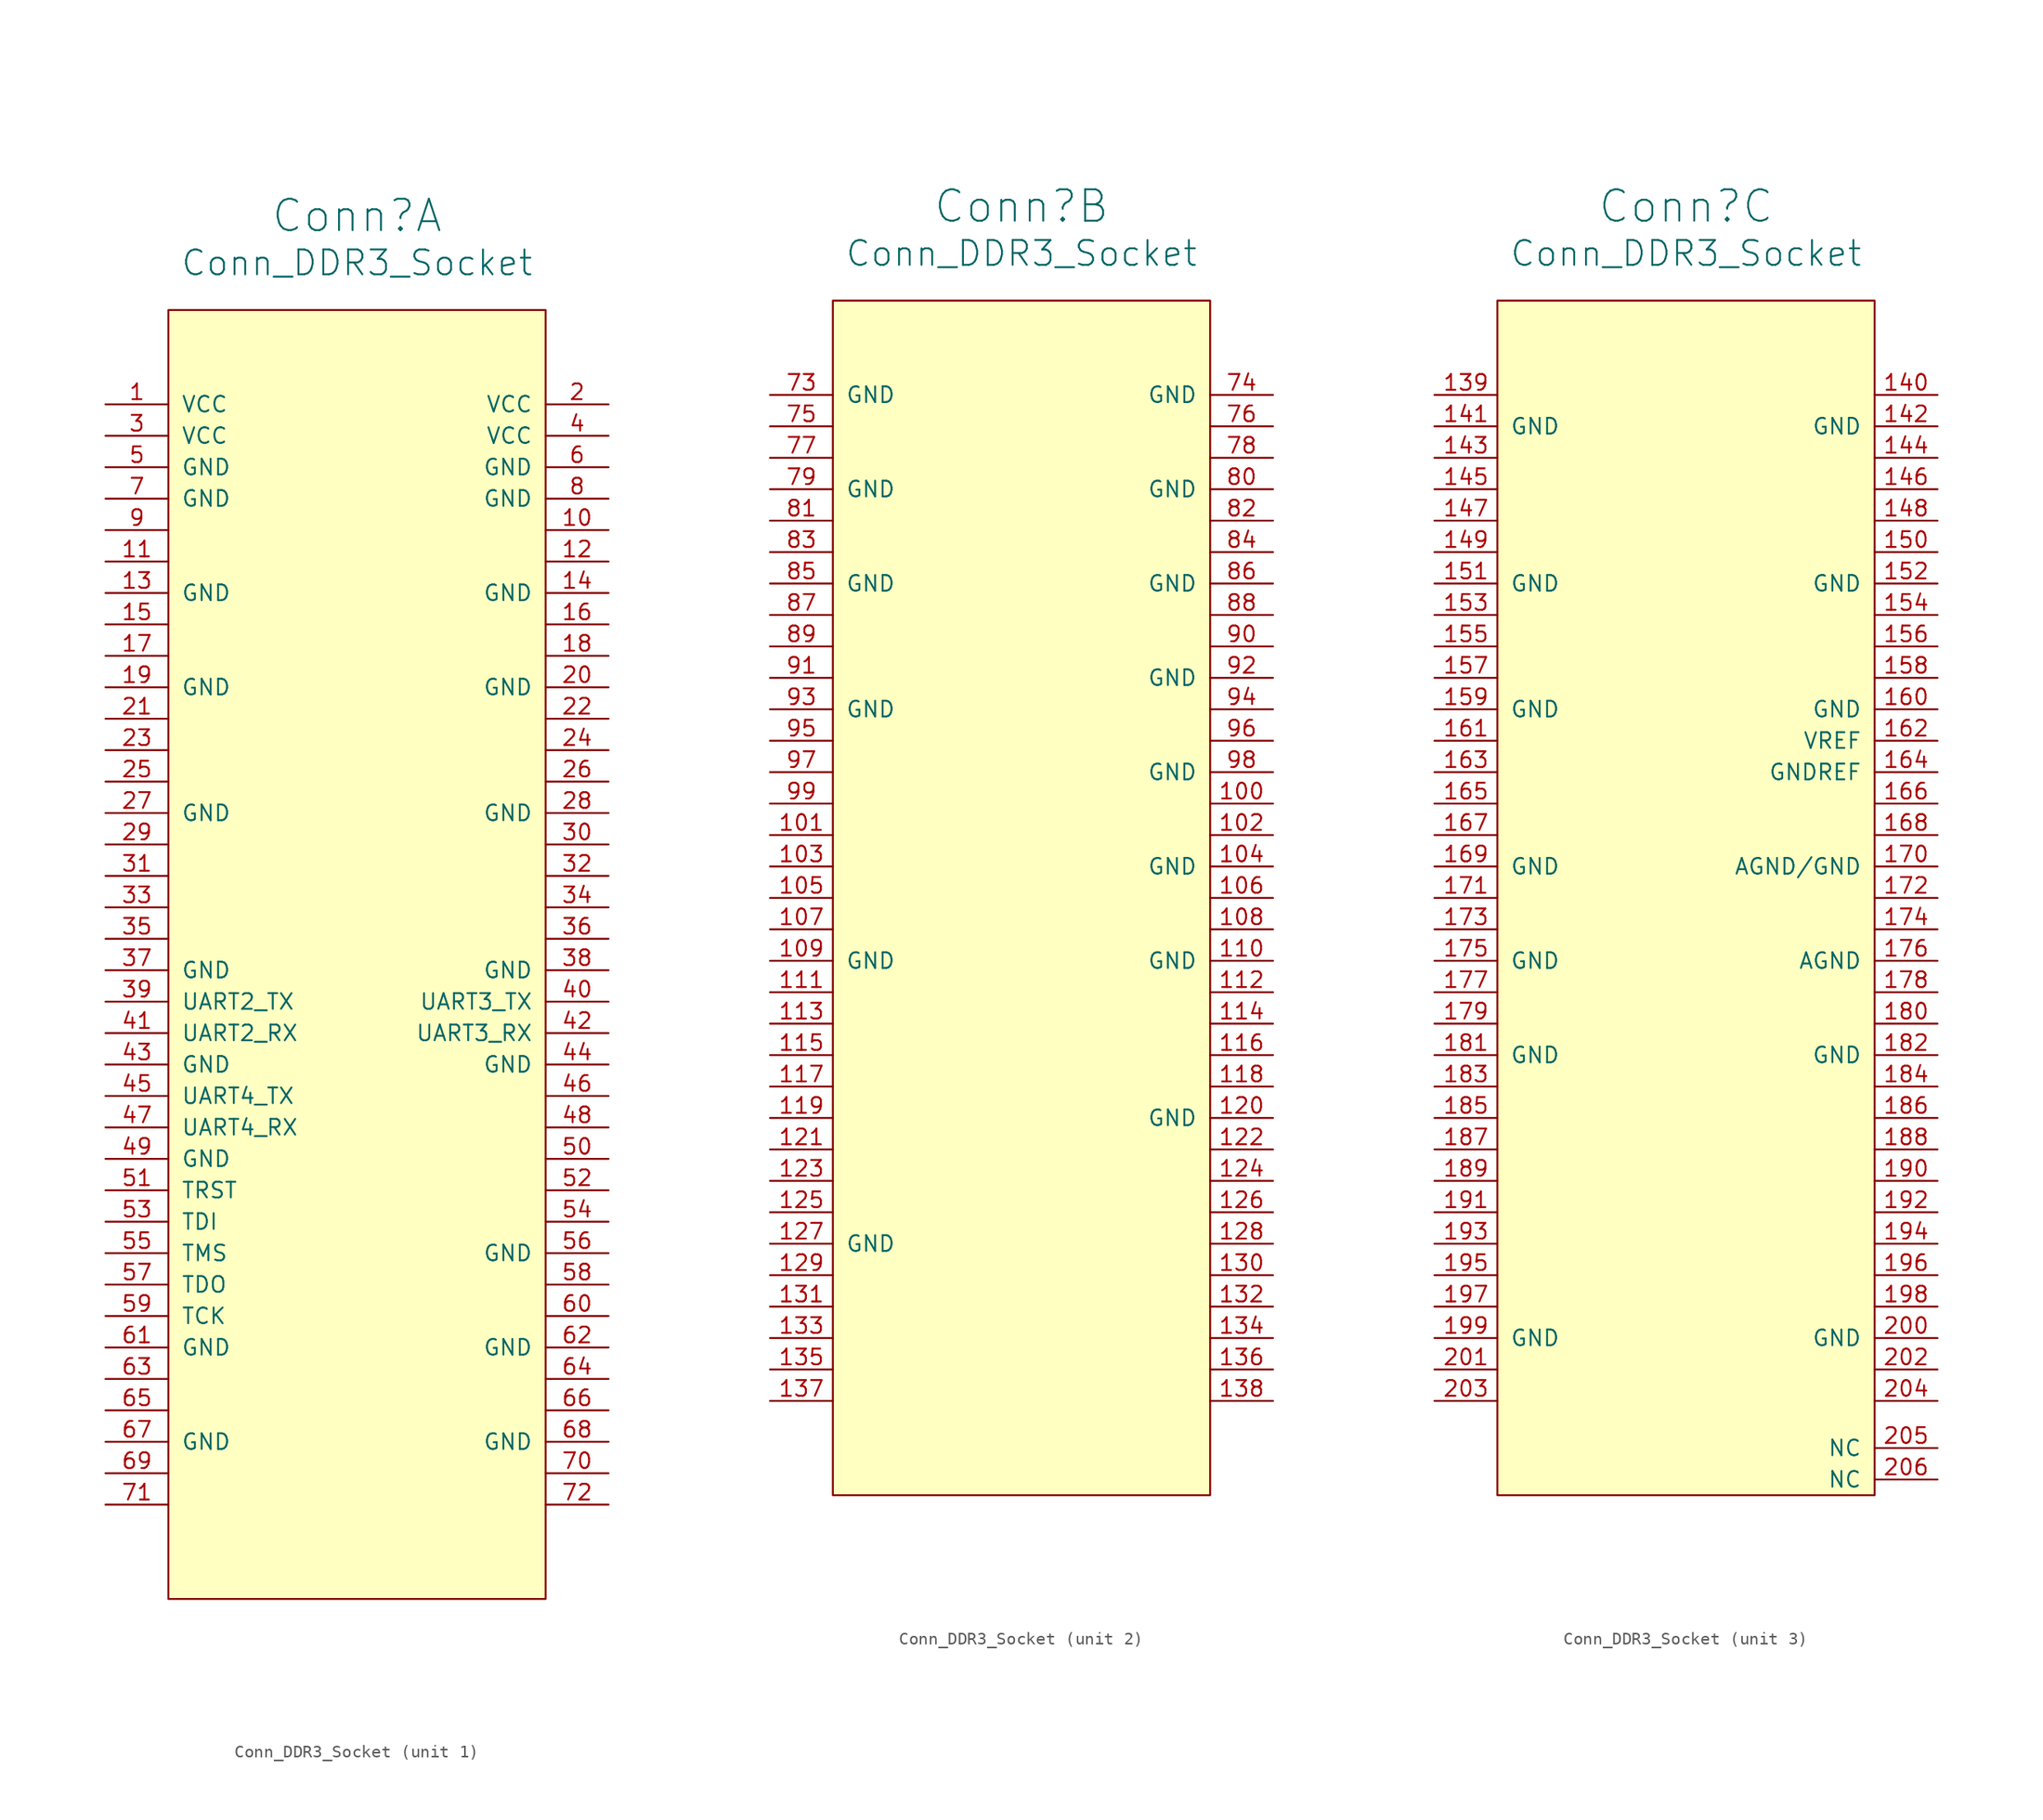
<source format=kicad_sym>
(kicad_symbol_lib
  (version 20211014)
  (generator kicad_symbol_editor)
  (symbol "Conn_DDR3_Socket"
    (pin_names
      (offset 1.016))
    (property "Reference" "Conn"
      (at 0 0 0)
      (effects (font (size 2.54 2.54))))
    (property "Value" "Conn_DDR3_Socket"
      (at 0 -3.81 0)
      (effects (font (size 2.007 2.007))))
    (property "ki_locked" ""
      (at 0 0 0)
      (effects (font (size 1.27 1.27))))
    (symbol "Conn_DDR3_Socket_1_1"
      (rectangle (start -15.24 -7.62) (end 15.24 -111.76) (stroke (width 0) (type default) (color 0 0 0 0)) (fill (type background)))
      (pin input line (at -20.32 -15.24 0) (length 5.08) (name "VCC" (effects (font (size 1.27 1.27)))) (number "1" (effects (font (size 1.27 1.27)))))
      (pin input line (at 20.32 -25.4 180) (length 5.08) (name "~" (effects (font (size 1.27 1.27)))) (number "10" (effects (font (size 1.27 1.27)))))
      (pin input line (at -20.32 -27.94 0) (length 5.08) (name "~" (effects (font (size 1.27 1.27)))) (number "11" (effects (font (size 1.27 1.27)))))
      (pin input line (at 20.32 -27.94 180) (length 5.08) (name "~" (effects (font (size 1.27 1.27)))) (number "12" (effects (font (size 1.27 1.27)))))
      (pin input line (at -20.32 -30.48 0) (length 5.08) (name "GND" (effects (font (size 1.27 1.27)))) (number "13" (effects (font (size 1.27 1.27)))))
      (pin input line (at 20.32 -30.48 180) (length 5.08) (name "GND" (effects (font (size 1.27 1.27)))) (number "14" (effects (font (size 1.27 1.27)))))
      (pin input line (at -20.32 -33.02 0) (length 5.08) (name "~" (effects (font (size 1.27 1.27)))) (number "15" (effects (font (size 1.27 1.27)))))
      (pin input line (at 20.32 -33.02 180) (length 5.08) (name "~" (effects (font (size 1.27 1.27)))) (number "16" (effects (font (size 1.27 1.27)))))
      (pin input line (at -20.32 -35.56 0) (length 5.08) (name "~" (effects (font (size 1.27 1.27)))) (number "17" (effects (font (size 1.27 1.27)))))
      (pin input line (at 20.32 -35.56 180) (length 5.08) (name "~" (effects (font (size 1.27 1.27)))) (number "18" (effects (font (size 1.27 1.27)))))
      (pin input line (at -20.32 -38.1 0) (length 5.08) (name "GND" (effects (font (size 1.27 1.27)))) (number "19" (effects (font (size 1.27 1.27)))))
      (pin input line (at 20.32 -15.24 180) (length 5.08) (name "VCC" (effects (font (size 1.27 1.27)))) (number "2" (effects (font (size 1.27 1.27)))))
      (pin input line (at 20.32 -38.1 180) (length 5.08) (name "GND" (effects (font (size 1.27 1.27)))) (number "20" (effects (font (size 1.27 1.27)))))
      (pin input line (at -20.32 -40.64 0) (length 5.08) (name "~" (effects (font (size 1.27 1.27)))) (number "21" (effects (font (size 1.27 1.27)))))
      (pin input line (at 20.32 -40.64 180) (length 5.08) (name "~" (effects (font (size 1.27 1.27)))) (number "22" (effects (font (size 1.27 1.27)))))
      (pin input line (at -20.32 -43.18 0) (length 5.08) (name "~" (effects (font (size 1.27 1.27)))) (number "23" (effects (font (size 1.27 1.27)))))
      (pin input line (at 20.32 -43.18 180) (length 5.08) (name "~" (effects (font (size 1.27 1.27)))) (number "24" (effects (font (size 1.27 1.27)))))
      (pin input line (at -20.32 -45.72 0) (length 5.08) (name "~" (effects (font (size 1.27 1.27)))) (number "25" (effects (font (size 1.27 1.27)))))
      (pin input line (at 20.32 -45.72 180) (length 5.08) (name "~" (effects (font (size 1.27 1.27)))) (number "26" (effects (font (size 1.27 1.27)))))
      (pin input line (at -20.32 -48.26 0) (length 5.08) (name "GND" (effects (font (size 1.27 1.27)))) (number "27" (effects (font (size 1.27 1.27)))))
      (pin input line (at 20.32 -48.26 180) (length 5.08) (name "GND" (effects (font (size 1.27 1.27)))) (number "28" (effects (font (size 1.27 1.27)))))
      (pin input line (at -20.32 -50.8 0) (length 5.08) (name "~" (effects (font (size 1.27 1.27)))) (number "29" (effects (font (size 1.27 1.27)))))
      (pin input line (at -20.32 -17.78 0) (length 5.08) (name "VCC" (effects (font (size 1.27 1.27)))) (number "3" (effects (font (size 1.27 1.27)))))
      (pin input line (at 20.32 -50.8 180) (length 5.08) (name "~" (effects (font (size 1.27 1.27)))) (number "30" (effects (font (size 1.27 1.27)))))
      (pin input line (at -20.32 -53.34 0) (length 5.08) (name "~" (effects (font (size 1.27 1.27)))) (number "31" (effects (font (size 1.27 1.27)))))
      (pin input line (at 20.32 -53.34 180) (length 5.08) (name "~" (effects (font (size 1.27 1.27)))) (number "32" (effects (font (size 1.27 1.27)))))
      (pin input line (at -20.32 -55.88 0) (length 5.08) (name "~" (effects (font (size 1.27 1.27)))) (number "33" (effects (font (size 1.27 1.27)))))
      (pin input line (at 20.32 -55.88 180) (length 5.08) (name "~" (effects (font (size 1.27 1.27)))) (number "34" (effects (font (size 1.27 1.27)))))
      (pin input line (at -20.32 -58.42 0) (length 5.08) (name "~" (effects (font (size 1.27 1.27)))) (number "35" (effects (font (size 1.27 1.27)))))
      (pin input line (at 20.32 -58.42 180) (length 5.08) (name "~" (effects (font (size 1.27 1.27)))) (number "36" (effects (font (size 1.27 1.27)))))
      (pin input line (at -20.32 -60.96 0) (length 5.08) (name "GND" (effects (font (size 1.27 1.27)))) (number "37" (effects (font (size 1.27 1.27)))))
      (pin input line (at 20.32 -60.96 180) (length 5.08) (name "GND" (effects (font (size 1.27 1.27)))) (number "38" (effects (font (size 1.27 1.27)))))
      (pin output line (at -20.32 -63.5 0) (length 5.08) (name "UART2_TX" (effects (font (size 1.27 1.27)))) (number "39" (effects (font (size 1.27 1.27)))))
      (pin input line (at 20.32 -17.78 180) (length 5.08) (name "VCC" (effects (font (size 1.27 1.27)))) (number "4" (effects (font (size 1.27 1.27)))))
      (pin output line (at 20.32 -63.5 180) (length 5.08) (name "UART3_TX" (effects (font (size 1.27 1.27)))) (number "40" (effects (font (size 1.27 1.27)))))
      (pin input line (at -20.32 -66.04 0) (length 5.08) (name "UART2_RX" (effects (font (size 1.27 1.27)))) (number "41" (effects (font (size 1.27 1.27)))))
      (pin input line (at 20.32 -66.04 180) (length 5.08) (name "UART3_RX" (effects (font (size 1.27 1.27)))) (number "42" (effects (font (size 1.27 1.27)))))
      (pin input line (at -20.32 -68.58 0) (length 5.08) (name "GND" (effects (font (size 1.27 1.27)))) (number "43" (effects (font (size 1.27 1.27)))))
      (pin input line (at 20.32 -68.58 180) (length 5.08) (name "GND" (effects (font (size 1.27 1.27)))) (number "44" (effects (font (size 1.27 1.27)))))
      (pin output line (at -20.32 -71.12 0) (length 5.08) (name "UART4_TX" (effects (font (size 1.27 1.27)))) (number "45" (effects (font (size 1.27 1.27)))))
      (pin input line (at 20.32 -71.12 180) (length 5.08) (name "~" (effects (font (size 1.27 1.27)))) (number "46" (effects (font (size 1.27 1.27)))))
      (pin input line (at -20.32 -73.66 0) (length 5.08) (name "UART4_RX" (effects (font (size 1.27 1.27)))) (number "47" (effects (font (size 1.27 1.27)))))
      (pin input line (at 20.32 -73.66 180) (length 5.08) (name "~" (effects (font (size 1.27 1.27)))) (number "48" (effects (font (size 1.27 1.27)))))
      (pin input line (at -20.32 -76.2 0) (length 5.08) (name "GND" (effects (font (size 1.27 1.27)))) (number "49" (effects (font (size 1.27 1.27)))))
      (pin input line (at -20.32 -20.32 0) (length 5.08) (name "GND" (effects (font (size 1.27 1.27)))) (number "5" (effects (font (size 1.27 1.27)))))
      (pin input line (at 20.32 -76.2 180) (length 5.08) (name "~" (effects (font (size 1.27 1.27)))) (number "50" (effects (font (size 1.27 1.27)))))
      (pin input line (at -20.32 -78.74 0) (length 5.08) (name "TRST" (effects (font (size 1.27 1.27)))) (number "51" (effects (font (size 1.27 1.27)))))
      (pin input line (at 20.32 -78.74 180) (length 5.08) (name "~" (effects (font (size 1.27 1.27)))) (number "52" (effects (font (size 1.27 1.27)))))
      (pin input line (at -20.32 -81.28 0) (length 5.08) (name "TDI" (effects (font (size 1.27 1.27)))) (number "53" (effects (font (size 1.27 1.27)))))
      (pin input line (at 20.32 -81.28 180) (length 5.08) (name "~" (effects (font (size 1.27 1.27)))) (number "54" (effects (font (size 1.27 1.27)))))
      (pin input line (at -20.32 -83.82 0) (length 5.08) (name "TMS" (effects (font (size 1.27 1.27)))) (number "55" (effects (font (size 1.27 1.27)))))
      (pin input line (at 20.32 -83.82 180) (length 5.08) (name "GND" (effects (font (size 1.27 1.27)))) (number "56" (effects (font (size 1.27 1.27)))))
      (pin input line (at -20.32 -86.36 0) (length 5.08) (name "TDO" (effects (font (size 1.27 1.27)))) (number "57" (effects (font (size 1.27 1.27)))))
      (pin input line (at 20.32 -86.36 180) (length 5.08) (name "~" (effects (font (size 1.27 1.27)))) (number "58" (effects (font (size 1.27 1.27)))))
      (pin input line (at -20.32 -88.9 0) (length 5.08) (name "TCK" (effects (font (size 1.27 1.27)))) (number "59" (effects (font (size 1.27 1.27)))))
      (pin input line (at 20.32 -20.32 180) (length 5.08) (name "GND" (effects (font (size 1.27 1.27)))) (number "6" (effects (font (size 1.27 1.27)))))
      (pin input line (at 20.32 -88.9 180) (length 5.08) (name "~" (effects (font (size 1.27 1.27)))) (number "60" (effects (font (size 1.27 1.27)))))
      (pin input line (at -20.32 -91.44 0) (length 5.08) (name "GND" (effects (font (size 1.27 1.27)))) (number "61" (effects (font (size 1.27 1.27)))))
      (pin input line (at 20.32 -91.44 180) (length 5.08) (name "GND" (effects (font (size 1.27 1.27)))) (number "62" (effects (font (size 1.27 1.27)))))
      (pin input line (at -20.32 -93.98 0) (length 5.08) (name "~" (effects (font (size 1.27 1.27)))) (number "63" (effects (font (size 1.27 1.27)))))
      (pin input line (at 20.32 -93.98 180) (length 5.08) (name "~" (effects (font (size 1.27 1.27)))) (number "64" (effects (font (size 1.27 1.27)))))
      (pin input line (at -20.32 -96.52 0) (length 5.08) (name "~" (effects (font (size 1.27 1.27)))) (number "65" (effects (font (size 1.27 1.27)))))
      (pin input line (at 20.32 -96.52 180) (length 5.08) (name "~" (effects (font (size 1.27 1.27)))) (number "66" (effects (font (size 1.27 1.27)))))
      (pin input line (at -20.32 -99.06 0) (length 5.08) (name "GND" (effects (font (size 1.27 1.27)))) (number "67" (effects (font (size 1.27 1.27)))))
      (pin input line (at 20.32 -99.06 180) (length 5.08) (name "GND" (effects (font (size 1.27 1.27)))) (number "68" (effects (font (size 1.27 1.27)))))
      (pin input line (at -20.32 -101.6 0) (length 5.08) (name "~" (effects (font (size 1.27 1.27)))) (number "69" (effects (font (size 1.27 1.27)))))
      (pin input line (at -20.32 -22.86 0) (length 5.08) (name "GND" (effects (font (size 1.27 1.27)))) (number "7" (effects (font (size 1.27 1.27)))))
      (pin input line (at 20.32 -101.6 180) (length 5.08) (name "~" (effects (font (size 1.27 1.27)))) (number "70" (effects (font (size 1.27 1.27)))))
      (pin input line (at -20.32 -104.14 0) (length 5.08) (name "~" (effects (font (size 1.27 1.27)))) (number "71" (effects (font (size 1.27 1.27)))))
      (pin input line (at 20.32 -104.14 180) (length 5.08) (name "~" (effects (font (size 1.27 1.27)))) (number "72" (effects (font (size 1.27 1.27)))))
      (pin input line (at 20.32 -22.86 180) (length 5.08) (name "GND" (effects (font (size 1.27 1.27)))) (number "8" (effects (font (size 1.27 1.27)))))
      (pin input line (at -20.32 -25.4 0) (length 5.08) (name "~" (effects (font (size 1.27 1.27)))) (number "9" (effects (font (size 1.27 1.27))))))
    (symbol "Conn_DDR3_Socket_2_1"
      (rectangle (start -15.24 -7.62) (end 15.24 -104.14) (stroke (width 0) (type default) (color 0 0 0 0)) (fill (type background)))
      (pin input line (at 20.32 -48.26 180) (length 5.08) (name "~" (effects (font (size 1.27 1.27)))) (number "100" (effects (font (size 1.27 1.27)))))
      (pin input line (at -20.32 -50.8 0) (length 5.08) (name "~" (effects (font (size 1.27 1.27)))) (number "101" (effects (font (size 1.27 1.27)))))
      (pin input line (at 20.32 -50.8 180) (length 5.08) (name "~" (effects (font (size 1.27 1.27)))) (number "102" (effects (font (size 1.27 1.27)))))
      (pin input line (at -20.32 -53.34 0) (length 5.08) (name "~" (effects (font (size 1.27 1.27)))) (number "103" (effects (font (size 1.27 1.27)))))
      (pin input line (at 20.32 -53.34 180) (length 5.08) (name "GND" (effects (font (size 1.27 1.27)))) (number "104" (effects (font (size 1.27 1.27)))))
      (pin input line (at -20.32 -55.88 0) (length 5.08) (name "~" (effects (font (size 1.27 1.27)))) (number "105" (effects (font (size 1.27 1.27)))))
      (pin input line (at 20.32 -55.88 180) (length 5.08) (name "~" (effects (font (size 1.27 1.27)))) (number "106" (effects (font (size 1.27 1.27)))))
      (pin input line (at -20.32 -58.42 0) (length 5.08) (name "~" (effects (font (size 1.27 1.27)))) (number "107" (effects (font (size 1.27 1.27)))))
      (pin input line (at 20.32 -58.42 180) (length 5.08) (name "~" (effects (font (size 1.27 1.27)))) (number "108" (effects (font (size 1.27 1.27)))))
      (pin input line (at -20.32 -60.96 0) (length 5.08) (name "GND" (effects (font (size 1.27 1.27)))) (number "109" (effects (font (size 1.27 1.27)))))
      (pin input line (at 20.32 -60.96 180) (length 5.08) (name "GND" (effects (font (size 1.27 1.27)))) (number "110" (effects (font (size 1.27 1.27)))))
      (pin input line (at -20.32 -63.5 0) (length 5.08) (name "~" (effects (font (size 1.27 1.27)))) (number "111" (effects (font (size 1.27 1.27)))))
      (pin input line (at 20.32 -63.5 180) (length 5.08) (name "~" (effects (font (size 1.27 1.27)))) (number "112" (effects (font (size 1.27 1.27)))))
      (pin input line (at -20.32 -66.04 0) (length 5.08) (name "~" (effects (font (size 1.27 1.27)))) (number "113" (effects (font (size 1.27 1.27)))))
      (pin input line (at 20.32 -66.04 180) (length 5.08) (name "~" (effects (font (size 1.27 1.27)))) (number "114" (effects (font (size 1.27 1.27)))))
      (pin input line (at -20.32 -68.58 0) (length 5.08) (name "~" (effects (font (size 1.27 1.27)))) (number "115" (effects (font (size 1.27 1.27)))))
      (pin input line (at 20.32 -68.58 180) (length 5.08) (name "~" (effects (font (size 1.27 1.27)))) (number "116" (effects (font (size 1.27 1.27)))))
      (pin input line (at -20.32 -71.12 0) (length 5.08) (name "~" (effects (font (size 1.27 1.27)))) (number "117" (effects (font (size 1.27 1.27)))))
      (pin input line (at 20.32 -71.12 180) (length 5.08) (name "~" (effects (font (size 1.27 1.27)))) (number "118" (effects (font (size 1.27 1.27)))))
      (pin input line (at -20.32 -73.66 0) (length 5.08) (name "~" (effects (font (size 1.27 1.27)))) (number "119" (effects (font (size 1.27 1.27)))))
      (pin input line (at 20.32 -73.66 180) (length 5.08) (name "GND" (effects (font (size 1.27 1.27)))) (number "120" (effects (font (size 1.27 1.27)))))
      (pin input line (at -20.32 -76.2 0) (length 5.08) (name "~" (effects (font (size 1.27 1.27)))) (number "121" (effects (font (size 1.27 1.27)))))
      (pin input line (at 20.32 -76.2 180) (length 5.08) (name "~" (effects (font (size 1.27 1.27)))) (number "122" (effects (font (size 1.27 1.27)))))
      (pin input line (at -20.32 -78.74 0) (length 5.08) (name "~" (effects (font (size 1.27 1.27)))) (number "123" (effects (font (size 1.27 1.27)))))
      (pin input line (at 20.32 -78.74 180) (length 5.08) (name "~" (effects (font (size 1.27 1.27)))) (number "124" (effects (font (size 1.27 1.27)))))
      (pin input line (at -20.32 -81.28 0) (length 5.08) (name "~" (effects (font (size 1.27 1.27)))) (number "125" (effects (font (size 1.27 1.27)))))
      (pin input line (at 20.32 -81.28 180) (length 5.08) (name "~" (effects (font (size 1.27 1.27)))) (number "126" (effects (font (size 1.27 1.27)))))
      (pin input line (at -20.32 -83.82 0) (length 5.08) (name "GND" (effects (font (size 1.27 1.27)))) (number "127" (effects (font (size 1.27 1.27)))))
      (pin input line (at 20.32 -83.82 180) (length 5.08) (name "~" (effects (font (size 1.27 1.27)))) (number "128" (effects (font (size 1.27 1.27)))))
      (pin input line (at -20.32 -86.36 0) (length 5.08) (name "~" (effects (font (size 1.27 1.27)))) (number "129" (effects (font (size 1.27 1.27)))))
      (pin input line (at 20.32 -86.36 180) (length 5.08) (name "~" (effects (font (size 1.27 1.27)))) (number "130" (effects (font (size 1.27 1.27)))))
      (pin input line (at -20.32 -88.9 0) (length 5.08) (name "~" (effects (font (size 1.27 1.27)))) (number "131" (effects (font (size 1.27 1.27)))))
      (pin input line (at 20.32 -88.9 180) (length 5.08) (name "~" (effects (font (size 1.27 1.27)))) (number "132" (effects (font (size 1.27 1.27)))))
      (pin input line (at -20.32 -91.44 0) (length 5.08) (name "~" (effects (font (size 1.27 1.27)))) (number "133" (effects (font (size 1.27 1.27)))))
      (pin input line (at 20.32 -91.44 180) (length 5.08) (name "~" (effects (font (size 1.27 1.27)))) (number "134" (effects (font (size 1.27 1.27)))))
      (pin input line (at -20.32 -93.98 0) (length 5.08) (name "~" (effects (font (size 1.27 1.27)))) (number "135" (effects (font (size 1.27 1.27)))))
      (pin input line (at 20.32 -93.98 180) (length 5.08) (name "~" (effects (font (size 1.27 1.27)))) (number "136" (effects (font (size 1.27 1.27)))))
      (pin input line (at -20.32 -96.52 0) (length 5.08) (name "~" (effects (font (size 1.27 1.27)))) (number "137" (effects (font (size 1.27 1.27)))))
      (pin input line (at 20.32 -96.52 180) (length 5.08) (name "~" (effects (font (size 1.27 1.27)))) (number "138" (effects (font (size 1.27 1.27)))))
      (pin input line (at -20.32 -15.24 0) (length 5.08) (name "GND" (effects (font (size 1.27 1.27)))) (number "73" (effects (font (size 1.27 1.27)))))
      (pin input line (at 20.32 -15.24 180) (length 5.08) (name "GND" (effects (font (size 1.27 1.27)))) (number "74" (effects (font (size 1.27 1.27)))))
      (pin input line (at -20.32 -17.78 0) (length 5.08) (name "~" (effects (font (size 1.27 1.27)))) (number "75" (effects (font (size 1.27 1.27)))))
      (pin input line (at 20.32 -17.78 180) (length 5.08) (name "~" (effects (font (size 1.27 1.27)))) (number "76" (effects (font (size 1.27 1.27)))))
      (pin input line (at -20.32 -20.32 0) (length 5.08) (name "~" (effects (font (size 1.27 1.27)))) (number "77" (effects (font (size 1.27 1.27)))))
      (pin input line (at 20.32 -20.32 180) (length 5.08) (name "~" (effects (font (size 1.27 1.27)))) (number "78" (effects (font (size 1.27 1.27)))))
      (pin input line (at -20.32 -22.86 0) (length 5.08) (name "GND" (effects (font (size 1.27 1.27)))) (number "79" (effects (font (size 1.27 1.27)))))
      (pin input line (at 20.32 -22.86 180) (length 5.08) (name "GND" (effects (font (size 1.27 1.27)))) (number "80" (effects (font (size 1.27 1.27)))))
      (pin input line (at -20.32 -25.4 0) (length 5.08) (name "~" (effects (font (size 1.27 1.27)))) (number "81" (effects (font (size 1.27 1.27)))))
      (pin input line (at 20.32 -25.4 180) (length 5.08) (name "~" (effects (font (size 1.27 1.27)))) (number "82" (effects (font (size 1.27 1.27)))))
      (pin input line (at -20.32 -27.94 0) (length 5.08) (name "~" (effects (font (size 1.27 1.27)))) (number "83" (effects (font (size 1.27 1.27)))))
      (pin input line (at 20.32 -27.94 180) (length 5.08) (name "~" (effects (font (size 1.27 1.27)))) (number "84" (effects (font (size 1.27 1.27)))))
      (pin input line (at -20.32 -30.48 0) (length 5.08) (name "GND" (effects (font (size 1.27 1.27)))) (number "85" (effects (font (size 1.27 1.27)))))
      (pin input line (at 20.32 -30.48 180) (length 5.08) (name "GND" (effects (font (size 1.27 1.27)))) (number "86" (effects (font (size 1.27 1.27)))))
      (pin input line (at -20.32 -33.02 0) (length 5.08) (name "~" (effects (font (size 1.27 1.27)))) (number "87" (effects (font (size 1.27 1.27)))))
      (pin input line (at 20.32 -33.02 180) (length 5.08) (name "~" (effects (font (size 1.27 1.27)))) (number "88" (effects (font (size 1.27 1.27)))))
      (pin input line (at -20.32 -35.56 0) (length 5.08) (name "~" (effects (font (size 1.27 1.27)))) (number "89" (effects (font (size 1.27 1.27)))))
      (pin input line (at 20.32 -35.56 180) (length 5.08) (name "~" (effects (font (size 1.27 1.27)))) (number "90" (effects (font (size 1.27 1.27)))))
      (pin input line (at -20.32 -38.1 0) (length 5.08) (name "~" (effects (font (size 1.27 1.27)))) (number "91" (effects (font (size 1.27 1.27)))))
      (pin input line (at 20.32 -38.1 180) (length 5.08) (name "GND" (effects (font (size 1.27 1.27)))) (number "92" (effects (font (size 1.27 1.27)))))
      (pin input line (at -20.32 -40.64 0) (length 5.08) (name "GND" (effects (font (size 1.27 1.27)))) (number "93" (effects (font (size 1.27 1.27)))))
      (pin input line (at 20.32 -40.64 180) (length 5.08) (name "~" (effects (font (size 1.27 1.27)))) (number "94" (effects (font (size 1.27 1.27)))))
      (pin input line (at -20.32 -43.18 0) (length 5.08) (name "~" (effects (font (size 1.27 1.27)))) (number "95" (effects (font (size 1.27 1.27)))))
      (pin input line (at 20.32 -43.18 180) (length 5.08) (name "~" (effects (font (size 1.27 1.27)))) (number "96" (effects (font (size 1.27 1.27)))))
      (pin input line (at -20.32 -45.72 0) (length 5.08) (name "~" (effects (font (size 1.27 1.27)))) (number "97" (effects (font (size 1.27 1.27)))))
      (pin input line (at 20.32 -45.72 180) (length 5.08) (name "GND" (effects (font (size 1.27 1.27)))) (number "98" (effects (font (size 1.27 1.27)))))
      (pin input line (at -20.32 -48.26 0) (length 5.08) (name "~" (effects (font (size 1.27 1.27)))) (number "99" (effects (font (size 1.27 1.27))))))
    (symbol "Conn_DDR3_Socket_3_1"
      (rectangle (start -15.24 -7.62) (end 15.24 -104.14) (stroke (width 0) (type default) (color 0 0 0 0)) (fill (type background)))
      (pin input line (at -20.32 -15.24 0) (length 5.08) (name "~" (effects (font (size 1.27 1.27)))) (number "139" (effects (font (size 1.27 1.27)))))
      (pin input line (at 20.32 -15.24 180) (length 5.08) (name "~" (effects (font (size 1.27 1.27)))) (number "140" (effects (font (size 1.27 1.27)))))
      (pin input line (at -20.32 -17.78 0) (length 5.08) (name "GND" (effects (font (size 1.27 1.27)))) (number "141" (effects (font (size 1.27 1.27)))))
      (pin input line (at 20.32 -17.78 180) (length 5.08) (name "GND" (effects (font (size 1.27 1.27)))) (number "142" (effects (font (size 1.27 1.27)))))
      (pin input line (at -20.32 -20.32 0) (length 5.08) (name "~" (effects (font (size 1.27 1.27)))) (number "143" (effects (font (size 1.27 1.27)))))
      (pin input line (at 20.32 -20.32 180) (length 5.08) (name "~" (effects (font (size 1.27 1.27)))) (number "144" (effects (font (size 1.27 1.27)))))
      (pin input line (at -20.32 -22.86 0) (length 5.08) (name "~" (effects (font (size 1.27 1.27)))) (number "145" (effects (font (size 1.27 1.27)))))
      (pin input line (at 20.32 -22.86 180) (length 5.08) (name "~" (effects (font (size 1.27 1.27)))) (number "146" (effects (font (size 1.27 1.27)))))
      (pin input line (at -20.32 -25.4 0) (length 5.08) (name "~" (effects (font (size 1.27 1.27)))) (number "147" (effects (font (size 1.27 1.27)))))
      (pin input line (at 20.32 -25.4 180) (length 5.08) (name "~" (effects (font (size 1.27 1.27)))) (number "148" (effects (font (size 1.27 1.27)))))
      (pin input line (at -20.32 -27.94 0) (length 5.08) (name "~" (effects (font (size 1.27 1.27)))) (number "149" (effects (font (size 1.27 1.27)))))
      (pin input line (at 20.32 -27.94 180) (length 5.08) (name "~" (effects (font (size 1.27 1.27)))) (number "150" (effects (font (size 1.27 1.27)))))
      (pin input line (at -20.32 -30.48 0) (length 5.08) (name "GND" (effects (font (size 1.27 1.27)))) (number "151" (effects (font (size 1.27 1.27)))))
      (pin input line (at 20.32 -30.48 180) (length 5.08) (name "GND" (effects (font (size 1.27 1.27)))) (number "152" (effects (font (size 1.27 1.27)))))
      (pin input line (at -20.32 -33.02 0) (length 5.08) (name "~" (effects (font (size 1.27 1.27)))) (number "153" (effects (font (size 1.27 1.27)))))
      (pin input line (at 20.32 -33.02 180) (length 5.08) (name "~" (effects (font (size 1.27 1.27)))) (number "154" (effects (font (size 1.27 1.27)))))
      (pin input line (at -20.32 -35.56 0) (length 5.08) (name "~" (effects (font (size 1.27 1.27)))) (number "155" (effects (font (size 1.27 1.27)))))
      (pin input line (at 20.32 -35.56 180) (length 5.08) (name "~" (effects (font (size 1.27 1.27)))) (number "156" (effects (font (size 1.27 1.27)))))
      (pin input line (at -20.32 -38.1 0) (length 5.08) (name "~" (effects (font (size 1.27 1.27)))) (number "157" (effects (font (size 1.27 1.27)))))
      (pin input line (at 20.32 -38.1 180) (length 5.08) (name "~" (effects (font (size 1.27 1.27)))) (number "158" (effects (font (size 1.27 1.27)))))
      (pin input line (at -20.32 -40.64 0) (length 5.08) (name "GND" (effects (font (size 1.27 1.27)))) (number "159" (effects (font (size 1.27 1.27)))))
      (pin input line (at 20.32 -40.64 180) (length 5.08) (name "GND" (effects (font (size 1.27 1.27)))) (number "160" (effects (font (size 1.27 1.27)))))
      (pin input line (at -20.32 -43.18 0) (length 5.08) (name "~" (effects (font (size 1.27 1.27)))) (number "161" (effects (font (size 1.27 1.27)))))
      (pin input line (at 20.32 -43.18 180) (length 5.08) (name "VREF" (effects (font (size 1.27 1.27)))) (number "162" (effects (font (size 1.27 1.27)))))
      (pin input line (at -20.32 -45.72 0) (length 5.08) (name "~" (effects (font (size 1.27 1.27)))) (number "163" (effects (font (size 1.27 1.27)))))
      (pin input line (at 20.32 -45.72 180) (length 5.08) (name "GNDREF" (effects (font (size 1.27 1.27)))) (number "164" (effects (font (size 1.27 1.27)))))
      (pin input line (at -20.32 -48.26 0) (length 5.08) (name "~" (effects (font (size 1.27 1.27)))) (number "165" (effects (font (size 1.27 1.27)))))
      (pin input line (at 20.32 -48.26 180) (length 5.08) (name "~" (effects (font (size 1.27 1.27)))) (number "166" (effects (font (size 1.27 1.27)))))
      (pin input line (at -20.32 -50.8 0) (length 5.08) (name "~" (effects (font (size 1.27 1.27)))) (number "167" (effects (font (size 1.27 1.27)))))
      (pin input line (at 20.32 -50.8 180) (length 5.08) (name "~" (effects (font (size 1.27 1.27)))) (number "168" (effects (font (size 1.27 1.27)))))
      (pin input line (at -20.32 -53.34 0) (length 5.08) (name "GND" (effects (font (size 1.27 1.27)))) (number "169" (effects (font (size 1.27 1.27)))))
      (pin input line (at 20.32 -53.34 180) (length 5.08) (name "AGND/GND" (effects (font (size 1.27 1.27)))) (number "170" (effects (font (size 1.27 1.27)))))
      (pin input line (at -20.32 -55.88 0) (length 5.08) (name "~" (effects (font (size 1.27 1.27)))) (number "171" (effects (font (size 1.27 1.27)))))
      (pin input line (at 20.32 -55.88 180) (length 5.08) (name "~" (effects (font (size 1.27 1.27)))) (number "172" (effects (font (size 1.27 1.27)))))
      (pin input line (at -20.32 -58.42 0) (length 5.08) (name "~" (effects (font (size 1.27 1.27)))) (number "173" (effects (font (size 1.27 1.27)))))
      (pin input line (at 20.32 -58.42 180) (length 5.08) (name "~" (effects (font (size 1.27 1.27)))) (number "174" (effects (font (size 1.27 1.27)))))
      (pin input line (at -20.32 -60.96 0) (length 5.08) (name "GND" (effects (font (size 1.27 1.27)))) (number "175" (effects (font (size 1.27 1.27)))))
      (pin input line (at 20.32 -60.96 180) (length 5.08) (name "AGND" (effects (font (size 1.27 1.27)))) (number "176" (effects (font (size 1.27 1.27)))))
      (pin input line (at -20.32 -63.5 0) (length 5.08) (name "~" (effects (font (size 1.27 1.27)))) (number "177" (effects (font (size 1.27 1.27)))))
      (pin input line (at 20.32 -63.5 180) (length 5.08) (name "~" (effects (font (size 1.27 1.27)))) (number "178" (effects (font (size 1.27 1.27)))))
      (pin input line (at -20.32 -66.04 0) (length 5.08) (name "~" (effects (font (size 1.27 1.27)))) (number "179" (effects (font (size 1.27 1.27)))))
      (pin input line (at 20.32 -66.04 180) (length 5.08) (name "~" (effects (font (size 1.27 1.27)))) (number "180" (effects (font (size 1.27 1.27)))))
      (pin input line (at -20.32 -68.58 0) (length 5.08) (name "GND" (effects (font (size 1.27 1.27)))) (number "181" (effects (font (size 1.27 1.27)))))
      (pin input line (at 20.32 -68.58 180) (length 5.08) (name "GND" (effects (font (size 1.27 1.27)))) (number "182" (effects (font (size 1.27 1.27)))))
      (pin input line (at -20.32 -71.12 0) (length 5.08) (name "~" (effects (font (size 1.27 1.27)))) (number "183" (effects (font (size 1.27 1.27)))))
      (pin input line (at 20.32 -71.12 180) (length 5.08) (name "~" (effects (font (size 1.27 1.27)))) (number "184" (effects (font (size 1.27 1.27)))))
      (pin input line (at -20.32 -73.66 0) (length 5.08) (name "~" (effects (font (size 1.27 1.27)))) (number "185" (effects (font (size 1.27 1.27)))))
      (pin input line (at 20.32 -73.66 180) (length 5.08) (name "~" (effects (font (size 1.27 1.27)))) (number "186" (effects (font (size 1.27 1.27)))))
      (pin input line (at -20.32 -76.2 0) (length 5.08) (name "~" (effects (font (size 1.27 1.27)))) (number "187" (effects (font (size 1.27 1.27)))))
      (pin input line (at 20.32 -76.2 180) (length 5.08) (name "~" (effects (font (size 1.27 1.27)))) (number "188" (effects (font (size 1.27 1.27)))))
      (pin input line (at -20.32 -78.74 0) (length 5.08) (name "~" (effects (font (size 1.27 1.27)))) (number "189" (effects (font (size 1.27 1.27)))))
      (pin input line (at 20.32 -78.74 180) (length 5.08) (name "~" (effects (font (size 1.27 1.27)))) (number "190" (effects (font (size 1.27 1.27)))))
      (pin input line (at -20.32 -81.28 0) (length 5.08) (name "~" (effects (font (size 1.27 1.27)))) (number "191" (effects (font (size 1.27 1.27)))))
      (pin input line (at 20.32 -81.28 180) (length 5.08) (name "~" (effects (font (size 1.27 1.27)))) (number "192" (effects (font (size 1.27 1.27)))))
      (pin input line (at -20.32 -83.82 0) (length 5.08) (name "~" (effects (font (size 1.27 1.27)))) (number "193" (effects (font (size 1.27 1.27)))))
      (pin input line (at 20.32 -83.82 180) (length 5.08) (name "~" (effects (font (size 1.27 1.27)))) (number "194" (effects (font (size 1.27 1.27)))))
      (pin input line (at -20.32 -86.36 0) (length 5.08) (name "~" (effects (font (size 1.27 1.27)))) (number "195" (effects (font (size 1.27 1.27)))))
      (pin input line (at 20.32 -86.36 180) (length 5.08) (name "~" (effects (font (size 1.27 1.27)))) (number "196" (effects (font (size 1.27 1.27)))))
      (pin input line (at -20.32 -88.9 0) (length 5.08) (name "~" (effects (font (size 1.27 1.27)))) (number "197" (effects (font (size 1.27 1.27)))))
      (pin input line (at 20.32 -88.9 180) (length 5.08) (name "~" (effects (font (size 1.27 1.27)))) (number "198" (effects (font (size 1.27 1.27)))))
      (pin input line (at -20.32 -91.44 0) (length 5.08) (name "GND" (effects (font (size 1.27 1.27)))) (number "199" (effects (font (size 1.27 1.27)))))
      (pin input line (at 20.32 -91.44 180) (length 5.08) (name "GND" (effects (font (size 1.27 1.27)))) (number "200" (effects (font (size 1.27 1.27)))))
      (pin input line (at -20.32 -93.98 0) (length 5.08) (name "~" (effects (font (size 1.27 1.27)))) (number "201" (effects (font (size 1.27 1.27)))))
      (pin input line (at 20.32 -93.98 180) (length 5.08) (name "~" (effects (font (size 1.27 1.27)))) (number "202" (effects (font (size 1.27 1.27)))))
      (pin input line (at -20.32 -96.52 0) (length 5.08) (name "~" (effects (font (size 1.27 1.27)))) (number "203" (effects (font (size 1.27 1.27)))))
      (pin input line (at 20.32 -96.52 180) (length 5.08) (name "~" (effects (font (size 1.27 1.27)))) (number "204" (effects (font (size 1.27 1.27)))))
      (pin input line (at 20.32 -100.33 180) (length 5.08) (name "NC" (effects (font (size 1.27 1.27)))) (number "205" (effects (font (size 1.27 1.27)))))
      (pin input line (at 20.32 -102.87 180) (length 5.08) (name "NC" (effects (font (size 1.27 1.27)))) (number "206" (effects (font (size 1.27 1.27))))))))
</source>
